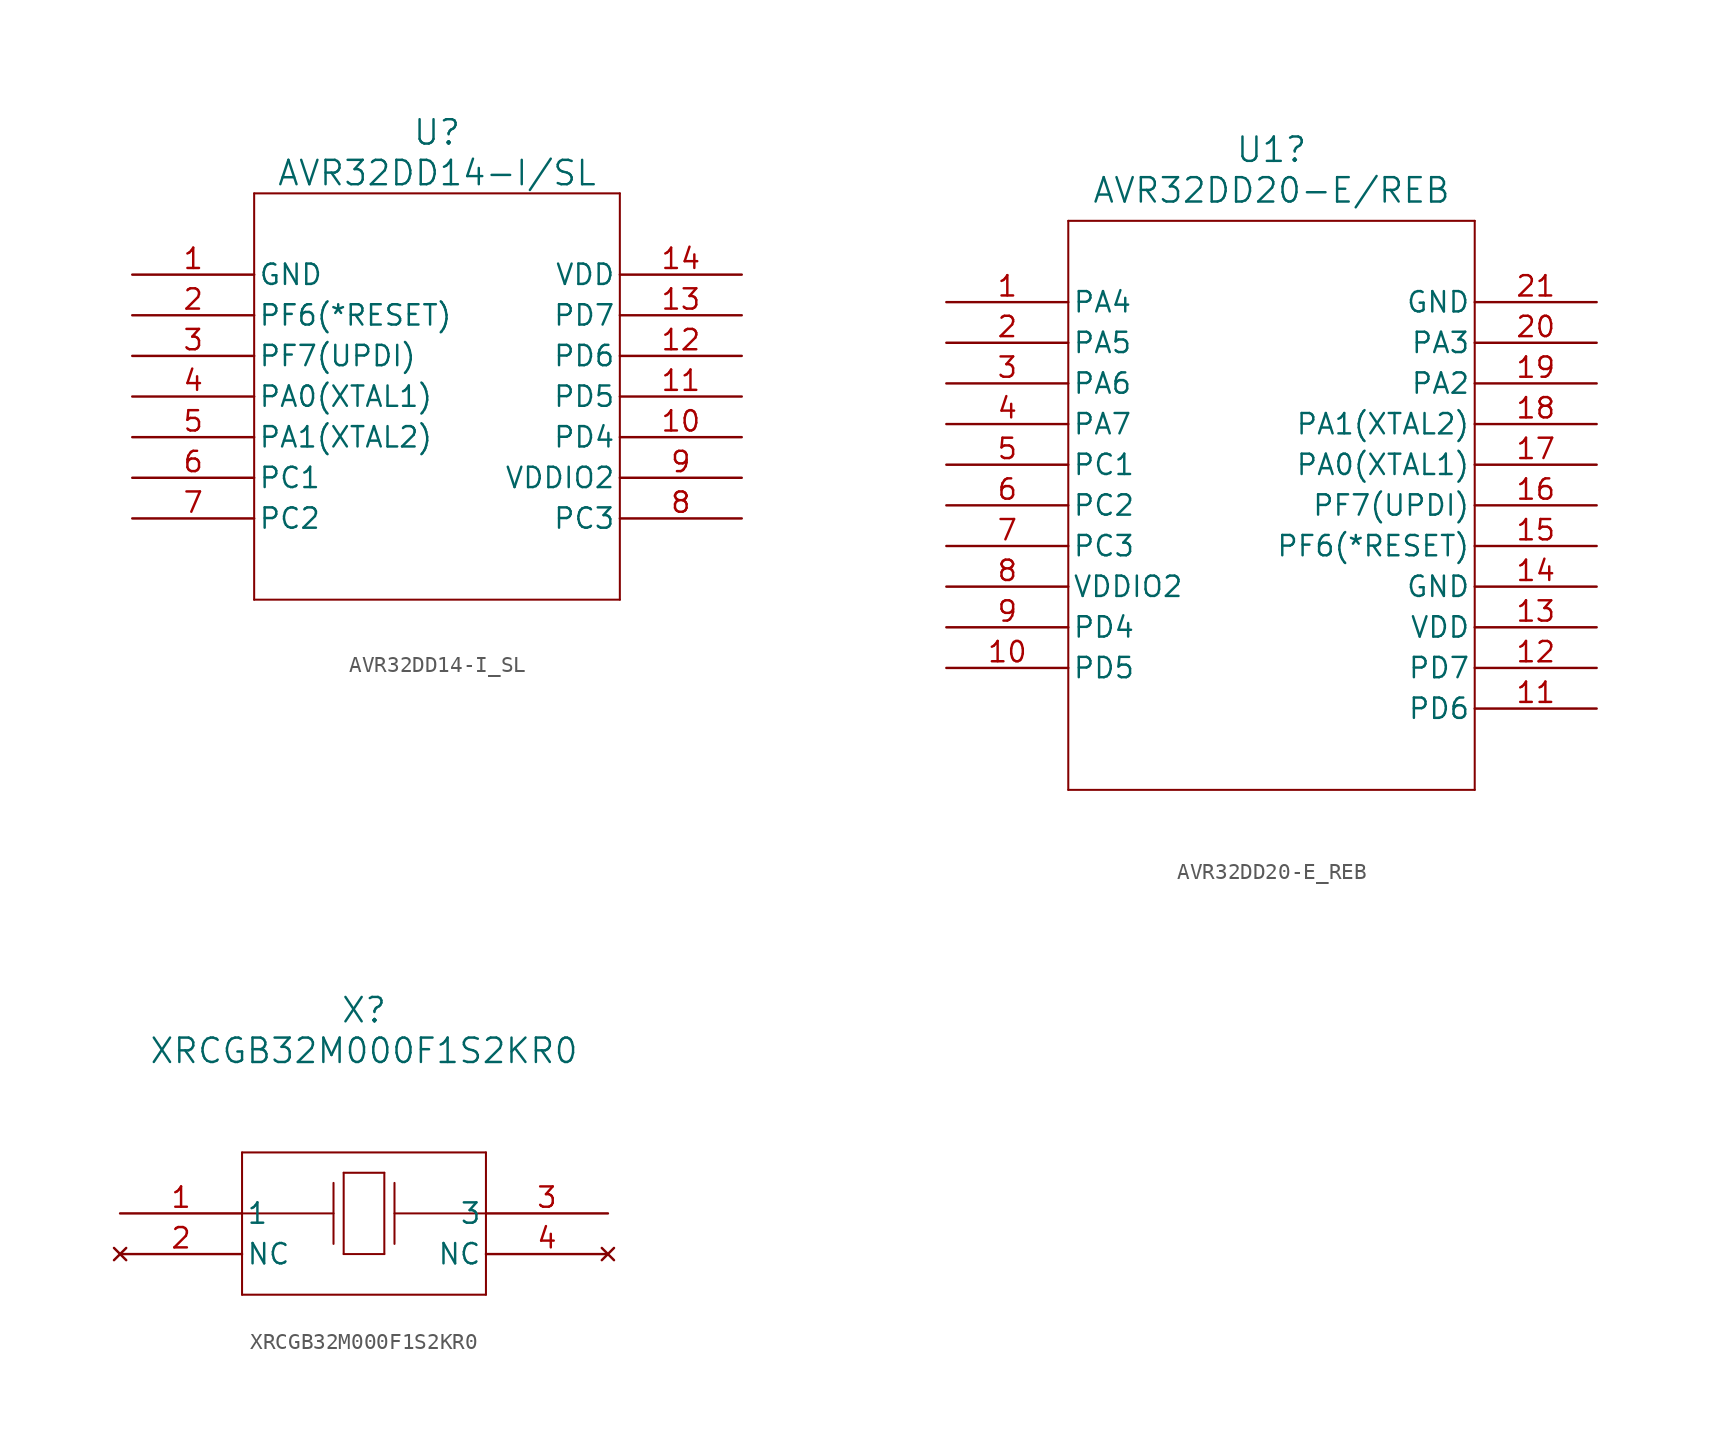
<source format=kicad_sym>
(kicad_symbol_lib
  (version 20220914)
  (generator kicad_symbol_editor)
  (symbol "AVR32DD14-I_SL"
    (pin_names
      (offset 0.254))
    (property "Reference" "U"
      (at 19.05 8.89 0)
      (effects (font (size 1.524 1.524))))
    (property "Value" "AVR32DD14-I/SL"
      (at 19.05 6.35 0)
      (effects (font (size 1.524 1.524))))
    (symbol "AVR32DD14-I_SL_0_1"
      (polyline (pts (xy 7.62 -20.32) (xy 30.48 -20.32)) (stroke (width 0.127) (type default)) (fill (type none)))
      (polyline (pts (xy 7.62 5.08) (xy 7.62 -20.32)) (stroke (width 0.127) (type default)) (fill (type none)))
      (polyline (pts (xy 30.48 -20.32) (xy 30.48 5.08)) (stroke (width 0.127) (type default)) (fill (type none)))
      (polyline (pts (xy 30.48 5.08) (xy 7.62 5.08)) (stroke (width 0.127) (type default)) (fill (type none)))
      (pin power_out line (at 0 0 0) (length 7.62) (name "GND" (effects (font (size 1.27 1.27)))) (number "1" (effects (font (size 1.27 1.27)))))
      (pin bidirectional line (at 38.1 -10.16 180) (length 7.62) (name "PD4" (effects (font (size 1.27 1.27)))) (number "10" (effects (font (size 1.27 1.27)))))
      (pin bidirectional line (at 38.1 -7.62 180) (length 7.62) (name "PD5" (effects (font (size 1.27 1.27)))) (number "11" (effects (font (size 1.27 1.27)))))
      (pin bidirectional line (at 38.1 -5.08 180) (length 7.62) (name "PD6" (effects (font (size 1.27 1.27)))) (number "12" (effects (font (size 1.27 1.27)))))
      (pin bidirectional line (at 38.1 -2.54 180) (length 7.62) (name "PD7" (effects (font (size 1.27 1.27)))) (number "13" (effects (font (size 1.27 1.27)))))
      (pin power_in line (at 38.1 0 180) (length 7.62) (name "VDD" (effects (font (size 1.27 1.27)))) (number "14" (effects (font (size 1.27 1.27)))))
      (pin bidirectional line (at 0 -2.54 0) (length 7.62) (name "PF6(*RESET)" (effects (font (size 1.27 1.27)))) (number "2" (effects (font (size 1.27 1.27)))))
      (pin bidirectional line (at 0 -5.08 0) (length 7.62) (name "PF7(UPDI)" (effects (font (size 1.27 1.27)))) (number "3" (effects (font (size 1.27 1.27)))))
      (pin bidirectional line (at 0 -7.62 0) (length 7.62) (name "PA0(XTAL1)" (effects (font (size 1.27 1.27)))) (number "4" (effects (font (size 1.27 1.27)))))
      (pin bidirectional line (at 0 -10.16 0) (length 7.62) (name "PA1(XTAL2)" (effects (font (size 1.27 1.27)))) (number "5" (effects (font (size 1.27 1.27)))))
      (pin bidirectional line (at 0 -12.7 0) (length 7.62) (name "PC1" (effects (font (size 1.27 1.27)))) (number "6" (effects (font (size 1.27 1.27)))))
      (pin bidirectional line (at 0 -15.24 0) (length 7.62) (name "PC2" (effects (font (size 1.27 1.27)))) (number "7" (effects (font (size 1.27 1.27)))))
      (pin bidirectional line (at 38.1 -15.24 180) (length 7.62) (name "PC3" (effects (font (size 1.27 1.27)))) (number "8" (effects (font (size 1.27 1.27)))))
      (pin power_in line (at 38.1 -12.7 180) (length 7.62) (name "VDDIO2" (effects (font (size 1.27 1.27)))) (number "9" (effects (font (size 1.27 1.27)))))))
  (symbol "AVR32DD20-E_REB"
    (pin_names
      (offset 0.254))
    (property "Reference" "U1"
      (at 20.32 9.525 0)
      (effects (font (size 1.524 1.524))))
    (property "Value" "AVR32DD20-E/REB"
      (at 20.32 6.985 0)
      (effects (font (size 1.524 1.524))))
    (symbol "AVR32DD20-E_REB_0_1"
      (polyline (pts (xy 7.62 -30.48) (xy 33.02 -30.48)) (stroke (width 0.127) (type default)) (fill (type none)))
      (polyline (pts (xy 7.62 5.08) (xy 7.62 -30.48)) (stroke (width 0.127) (type default)) (fill (type none)))
      (polyline (pts (xy 33.02 -30.48) (xy 33.02 5.08)) (stroke (width 0.127) (type default)) (fill (type none)))
      (polyline (pts (xy 33.02 5.08) (xy 7.62 5.08)) (stroke (width 0.127) (type default)) (fill (type none)))
      (pin bidirectional line (at 0 0 0) (length 7.62) (name "PA4" (effects (font (size 1.27 1.27)))) (number "1" (effects (font (size 1.27 1.27)))))
      (pin bidirectional line (at 0 -22.86 0) (length 7.62) (name "PD5" (effects (font (size 1.27 1.27)))) (number "10" (effects (font (size 1.27 1.27)))))
      (pin bidirectional line (at 40.64 -25.4 180) (length 7.62) (name "PD6" (effects (font (size 1.27 1.27)))) (number "11" (effects (font (size 1.27 1.27)))))
      (pin bidirectional line (at 40.64 -22.86 180) (length 7.62) (name "PD7" (effects (font (size 1.27 1.27)))) (number "12" (effects (font (size 1.27 1.27)))))
      (pin power_in line (at 40.64 -20.32 180) (length 7.62) (name "VDD" (effects (font (size 1.27 1.27)))) (number "13" (effects (font (size 1.27 1.27)))))
      (pin bidirectional line (at 40.64 -15.24 180) (length 7.62) (name "PF6(*RESET)" (effects (font (size 1.27 1.27)))) (number "15" (effects (font (size 1.27 1.27)))))
      (pin bidirectional line (at 40.64 -12.7 180) (length 7.62) (name "PF7(UPDI)" (effects (font (size 1.27 1.27)))) (number "16" (effects (font (size 1.27 1.27)))))
      (pin bidirectional line (at 40.64 -10.16 180) (length 7.62) (name "PA0(XTAL1)" (effects (font (size 1.27 1.27)))) (number "17" (effects (font (size 1.27 1.27)))))
      (pin bidirectional line (at 40.64 -7.62 180) (length 7.62) (name "PA1(XTAL2)" (effects (font (size 1.27 1.27)))) (number "18" (effects (font (size 1.27 1.27)))))
      (pin bidirectional line (at 40.64 -5.08 180) (length 7.62) (name "PA2" (effects (font (size 1.27 1.27)))) (number "19" (effects (font (size 1.27 1.27)))))
      (pin bidirectional line (at 0 -2.54 0) (length 7.62) (name "PA5" (effects (font (size 1.27 1.27)))) (number "2" (effects (font (size 1.27 1.27)))))
      (pin bidirectional line (at 40.64 -2.54 180) (length 7.62) (name "PA3" (effects (font (size 1.27 1.27)))) (number "20" (effects (font (size 1.27 1.27)))))
      (pin bidirectional line (at 0 -5.08 0) (length 7.62) (name "PA6" (effects (font (size 1.27 1.27)))) (number "3" (effects (font (size 1.27 1.27)))))
      (pin bidirectional line (at 0 -7.62 0) (length 7.62) (name "PA7" (effects (font (size 1.27 1.27)))) (number "4" (effects (font (size 1.27 1.27)))))
      (pin bidirectional line (at 0 -10.16 0) (length 7.62) (name "PC1" (effects (font (size 1.27 1.27)))) (number "5" (effects (font (size 1.27 1.27)))))
      (pin bidirectional line (at 0 -12.7 0) (length 7.62) (name "PC2" (effects (font (size 1.27 1.27)))) (number "6" (effects (font (size 1.27 1.27)))))
      (pin bidirectional line (at 0 -15.24 0) (length 7.62) (name "PC3" (effects (font (size 1.27 1.27)))) (number "7" (effects (font (size 1.27 1.27)))))
      (pin power_in line (at 0 -17.78 0) (length 7.62) (name "VDDIO2" (effects (font (size 1.27 1.27)))) (number "8" (effects (font (size 1.27 1.27)))))
      (pin bidirectional line (at 0 -20.32 0) (length 7.62) (name "PD4" (effects (font (size 1.27 1.27)))) (number "9" (effects (font (size 1.27 1.27))))))
    (symbol "AVR32DD20-E_REB_1_1"
      (pin power_in line (at 40.64 -17.78 180) (length 7.62) (name "GND" (effects (font (size 1.27 1.27)))) (number "14" (effects (font (size 1.27 1.27)))))
      (pin power_in line (at 40.64 0 180) (length 7.62) (name "GND" (effects (font (size 1.27 1.27)))) (number "21" (effects (font (size 1.27 1.27)))))))
  (symbol "XRCGB32M000F1S2KR0"
    (pin_names
      (offset 0.254))
    (property "Reference" "X"
      (at 15.24 12.7 0)
      (effects (font (size 1.524 1.524))))
    (property "Value" "XRCGB32M000F1S2KR0"
      (at 15.24 10.16 0)
      (effects (font (size 1.524 1.524))))
    (symbol "XRCGB32M000F1S2KR0_0_1"
      (polyline (pts (xy 7.62 -5.08) (xy 22.86 -5.08)) (stroke (width 0.127) (type default)) (fill (type none)))
      (polyline (pts (xy 7.62 0) (xy 13.335 0)) (stroke (width 0.127) (type default)) (fill (type none)))
      (polyline (pts (xy 7.62 3.81) (xy 7.62 -5.08)) (stroke (width 0.127) (type default)) (fill (type none)))
      (polyline (pts (xy 13.335 1.905) (xy 13.335 -1.905)) (stroke (width 0.127) (type default)) (fill (type none)))
      (polyline (pts (xy 13.97 -2.54) (xy 13.97 2.54)) (stroke (width 0.127) (type default)) (fill (type none)))
      (polyline (pts (xy 13.97 2.54) (xy 16.51 2.54)) (stroke (width 0.127) (type default)) (fill (type none)))
      (polyline (pts (xy 16.51 -2.54) (xy 13.97 -2.54)) (stroke (width 0.127) (type default)) (fill (type none)))
      (polyline (pts (xy 16.51 2.54) (xy 16.51 -2.54)) (stroke (width 0.127) (type default)) (fill (type none)))
      (polyline (pts (xy 17.145 0) (xy 22.86 0)) (stroke (width 0.127) (type default)) (fill (type none)))
      (polyline (pts (xy 17.145 1.905) (xy 17.145 -1.905)) (stroke (width 0.127) (type default)) (fill (type none)))
      (polyline (pts (xy 22.86 -5.08) (xy 22.86 3.81)) (stroke (width 0.127) (type default)) (fill (type none)))
      (polyline (pts (xy 22.86 3.81) (xy 7.62 3.81)) (stroke (width 0.127) (type default)) (fill (type none)))
      (pin no_connect line (at 0 -2.54 0) (length 7.62) (name "NC" (effects (font (size 1.27 1.27)))) (number "2" (effects (font (size 1.27 1.27)))))
      (pin no_connect line (at 30.48 -2.54 180) (length 7.62) (name "NC" (effects (font (size 1.27 1.27)))) (number "4" (effects (font (size 1.27 1.27))))))
    (symbol "XRCGB32M000F1S2KR0_1_1"
      (pin bidirectional line (at 0 0 0) (length 7.62) (name "1" (effects (font (size 1.27 1.27)))) (number "1" (effects (font (size 1.27 1.27)))))
      (pin bidirectional line (at 30.48 0 180) (length 7.62) (name "3" (effects (font (size 1.27 1.27)))) (number "3" (effects (font (size 1.27 1.27))))))))
</source>
